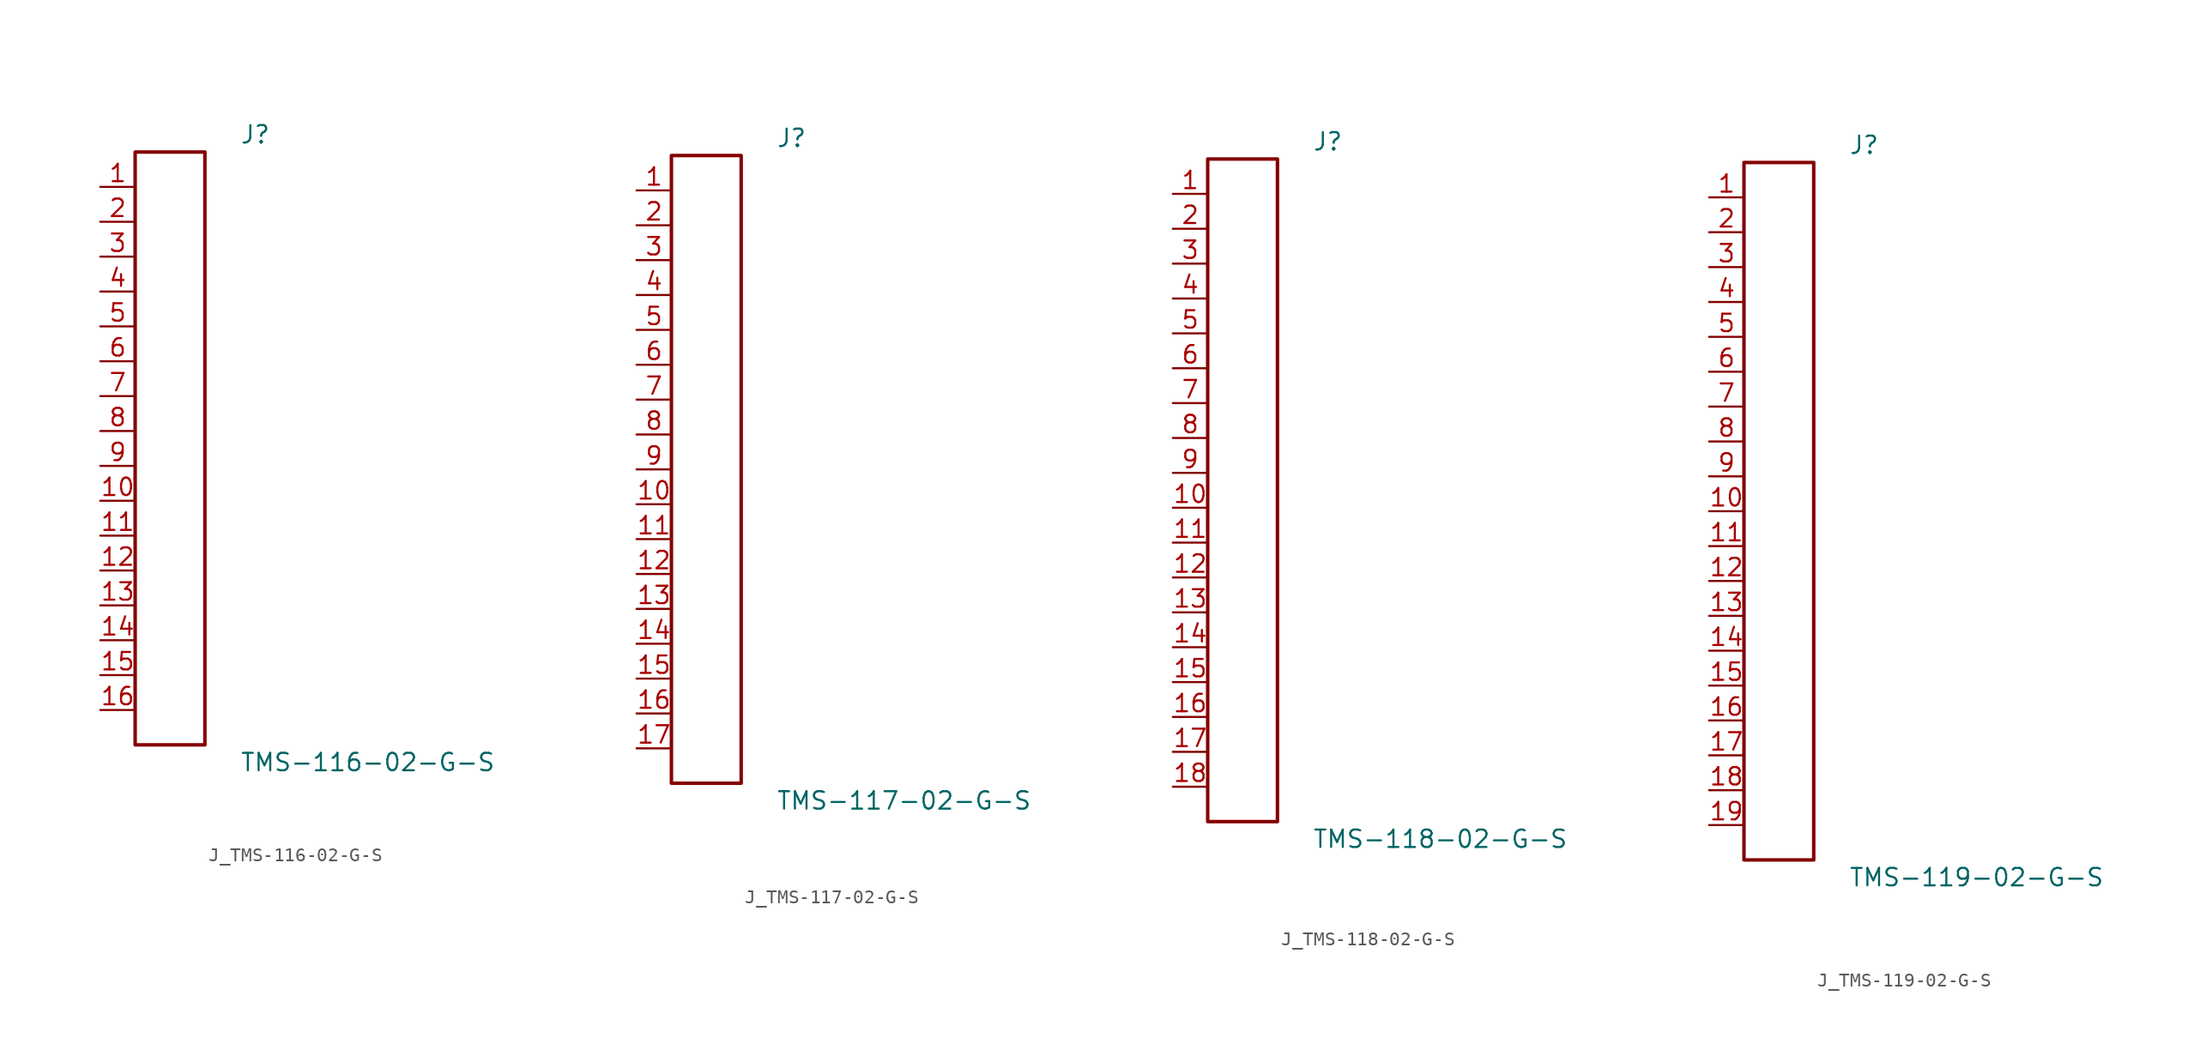
<source format=kicad_sym>
(kicad_symbol_lib
  (version 20231120)
  (generator kicad_symbol_editor)
  (generator_version 8.0)
  (symbol "J_TMS-116-02-G-S"
    (pin_names
      (offset 0.254))
    (property "Reference" "J"
      (at 5.08 22.86 0)
      (effects (font (size 1.27 1.27)) (justify left)))
    (property "Value" "TMS-116-02-G-S"
      (at 5.08 -22.86 0)
      (effects (font (size 1.27 1.27)) (justify left)))
    (symbol "J_TMS-116-02-G-S_0_0"
      (pin passive line (at -5.08 19.05 0) (length 2.54) (name "" (effects (font (size 1.27 1.27)))) (number "1" (effects (font (size 1.27 1.27)))))
      (pin passive line (at -5.08 16.51 0) (length 2.54) (name "" (effects (font (size 1.27 1.27)))) (number "2" (effects (font (size 1.27 1.27)))))
      (pin passive line (at -5.08 13.97 0) (length 2.54) (name "" (effects (font (size 1.27 1.27)))) (number "3" (effects (font (size 1.27 1.27)))))
      (pin passive line (at -5.08 11.43 0) (length 2.54) (name "" (effects (font (size 1.27 1.27)))) (number "4" (effects (font (size 1.27 1.27)))))
      (pin passive line (at -5.08 8.89 0) (length 2.54) (name "" (effects (font (size 1.27 1.27)))) (number "5" (effects (font (size 1.27 1.27)))))
      (pin passive line (at -5.08 6.35 0) (length 2.54) (name "" (effects (font (size 1.27 1.27)))) (number "6" (effects (font (size 1.27 1.27)))))
      (pin passive line (at -5.08 3.81 0) (length 2.54) (name "" (effects (font (size 1.27 1.27)))) (number "7" (effects (font (size 1.27 1.27)))))
      (pin passive line (at -5.08 1.27 0) (length 2.54) (name "" (effects (font (size 1.27 1.27)))) (number "8" (effects (font (size 1.27 1.27)))))
      (pin passive line (at -5.08 -1.27 0) (length 2.54) (name "" (effects (font (size 1.27 1.27)))) (number "9" (effects (font (size 1.27 1.27)))))
      (pin passive line (at -5.08 -3.81 0) (length 2.54) (name "" (effects (font (size 1.27 1.27)))) (number "10" (effects (font (size 1.27 1.27)))))
      (pin passive line (at -5.08 -6.35 0) (length 2.54) (name "" (effects (font (size 1.27 1.27)))) (number "11" (effects (font (size 1.27 1.27)))))
      (pin passive line (at -5.08 -8.89 0) (length 2.54) (name "" (effects (font (size 1.27 1.27)))) (number "12" (effects (font (size 1.27 1.27)))))
      (pin passive line (at -5.08 -11.43 0) (length 2.54) (name "" (effects (font (size 1.27 1.27)))) (number "13" (effects (font (size 1.27 1.27)))))
      (pin passive line (at -5.08 -13.97 0) (length 2.54) (name "" (effects (font (size 1.27 1.27)))) (number "14" (effects (font (size 1.27 1.27)))))
      (pin passive line (at -5.08 -16.51 0) (length 2.54) (name "" (effects (font (size 1.27 1.27)))) (number "15" (effects (font (size 1.27 1.27)))))
      (pin passive line (at -5.08 -19.05 0) (length 2.54) (name "" (effects (font (size 1.27 1.27)))) (number "16" (effects (font (size 1.27 1.27))))))
    (symbol "J_TMS-116-02-G-S_1_0"
      (rectangle (start -2.54 21.59) (end 2.54 -21.59) (stroke (width 0.254) (type solid)) (fill (type none)))))
  (symbol "J_TMS-117-02-G-S"
    (pin_names
      (offset 0.254))
    (property "Reference" "J"
      (at 5.08 24.13 0)
      (effects (font (size 1.27 1.27)) (justify left)))
    (property "Value" "TMS-117-02-G-S"
      (at 5.08 -24.13 0)
      (effects (font (size 1.27 1.27)) (justify left)))
    (symbol "J_TMS-117-02-G-S_0_0"
      (pin passive line (at -5.08 20.32 0) (length 2.54) (name "" (effects (font (size 1.27 1.27)))) (number "1" (effects (font (size 1.27 1.27)))))
      (pin passive line (at -5.08 17.78 0) (length 2.54) (name "" (effects (font (size 1.27 1.27)))) (number "2" (effects (font (size 1.27 1.27)))))
      (pin passive line (at -5.08 15.24 0) (length 2.54) (name "" (effects (font (size 1.27 1.27)))) (number "3" (effects (font (size 1.27 1.27)))))
      (pin passive line (at -5.08 12.7 0) (length 2.54) (name "" (effects (font (size 1.27 1.27)))) (number "4" (effects (font (size 1.27 1.27)))))
      (pin passive line (at -5.08 10.16 0) (length 2.54) (name "" (effects (font (size 1.27 1.27)))) (number "5" (effects (font (size 1.27 1.27)))))
      (pin passive line (at -5.08 7.62 0) (length 2.54) (name "" (effects (font (size 1.27 1.27)))) (number "6" (effects (font (size 1.27 1.27)))))
      (pin passive line (at -5.08 5.08 0) (length 2.54) (name "" (effects (font (size 1.27 1.27)))) (number "7" (effects (font (size 1.27 1.27)))))
      (pin passive line (at -5.08 2.54 0) (length 2.54) (name "" (effects (font (size 1.27 1.27)))) (number "8" (effects (font (size 1.27 1.27)))))
      (pin passive line (at -5.08 0.0 0) (length 2.54) (name "" (effects (font (size 1.27 1.27)))) (number "9" (effects (font (size 1.27 1.27)))))
      (pin passive line (at -5.08 -2.54 0) (length 2.54) (name "" (effects (font (size 1.27 1.27)))) (number "10" (effects (font (size 1.27 1.27)))))
      (pin passive line (at -5.08 -5.08 0) (length 2.54) (name "" (effects (font (size 1.27 1.27)))) (number "11" (effects (font (size 1.27 1.27)))))
      (pin passive line (at -5.08 -7.62 0) (length 2.54) (name "" (effects (font (size 1.27 1.27)))) (number "12" (effects (font (size 1.27 1.27)))))
      (pin passive line (at -5.08 -10.16 0) (length 2.54) (name "" (effects (font (size 1.27 1.27)))) (number "13" (effects (font (size 1.27 1.27)))))
      (pin passive line (at -5.08 -12.7 0) (length 2.54) (name "" (effects (font (size 1.27 1.27)))) (number "14" (effects (font (size 1.27 1.27)))))
      (pin passive line (at -5.08 -15.24 0) (length 2.54) (name "" (effects (font (size 1.27 1.27)))) (number "15" (effects (font (size 1.27 1.27)))))
      (pin passive line (at -5.08 -17.78 0) (length 2.54) (name "" (effects (font (size 1.27 1.27)))) (number "16" (effects (font (size 1.27 1.27)))))
      (pin passive line (at -5.08 -20.32 0) (length 2.54) (name "" (effects (font (size 1.27 1.27)))) (number "17" (effects (font (size 1.27 1.27))))))
    (symbol "J_TMS-117-02-G-S_1_0"
      (rectangle (start -2.54 22.86) (end 2.54 -22.86) (stroke (width 0.254) (type solid)) (fill (type none)))))
  (symbol "J_TMS-118-02-G-S"
    (pin_names
      (offset 0.254))
    (property "Reference" "J"
      (at 5.08 25.4 0)
      (effects (font (size 1.27 1.27)) (justify left)))
    (property "Value" "TMS-118-02-G-S"
      (at 5.08 -25.4 0)
      (effects (font (size 1.27 1.27)) (justify left)))
    (symbol "J_TMS-118-02-G-S_0_0"
      (pin passive line (at -5.08 21.59 0) (length 2.54) (name "" (effects (font (size 1.27 1.27)))) (number "1" (effects (font (size 1.27 1.27)))))
      (pin passive line (at -5.08 19.05 0) (length 2.54) (name "" (effects (font (size 1.27 1.27)))) (number "2" (effects (font (size 1.27 1.27)))))
      (pin passive line (at -5.08 16.51 0) (length 2.54) (name "" (effects (font (size 1.27 1.27)))) (number "3" (effects (font (size 1.27 1.27)))))
      (pin passive line (at -5.08 13.97 0) (length 2.54) (name "" (effects (font (size 1.27 1.27)))) (number "4" (effects (font (size 1.27 1.27)))))
      (pin passive line (at -5.08 11.43 0) (length 2.54) (name "" (effects (font (size 1.27 1.27)))) (number "5" (effects (font (size 1.27 1.27)))))
      (pin passive line (at -5.08 8.89 0) (length 2.54) (name "" (effects (font (size 1.27 1.27)))) (number "6" (effects (font (size 1.27 1.27)))))
      (pin passive line (at -5.08 6.35 0) (length 2.54) (name "" (effects (font (size 1.27 1.27)))) (number "7" (effects (font (size 1.27 1.27)))))
      (pin passive line (at -5.08 3.81 0) (length 2.54) (name "" (effects (font (size 1.27 1.27)))) (number "8" (effects (font (size 1.27 1.27)))))
      (pin passive line (at -5.08 1.27 0) (length 2.54) (name "" (effects (font (size 1.27 1.27)))) (number "9" (effects (font (size 1.27 1.27)))))
      (pin passive line (at -5.08 -1.27 0) (length 2.54) (name "" (effects (font (size 1.27 1.27)))) (number "10" (effects (font (size 1.27 1.27)))))
      (pin passive line (at -5.08 -3.81 0) (length 2.54) (name "" (effects (font (size 1.27 1.27)))) (number "11" (effects (font (size 1.27 1.27)))))
      (pin passive line (at -5.08 -6.35 0) (length 2.54) (name "" (effects (font (size 1.27 1.27)))) (number "12" (effects (font (size 1.27 1.27)))))
      (pin passive line (at -5.08 -8.89 0) (length 2.54) (name "" (effects (font (size 1.27 1.27)))) (number "13" (effects (font (size 1.27 1.27)))))
      (pin passive line (at -5.08 -11.43 0) (length 2.54) (name "" (effects (font (size 1.27 1.27)))) (number "14" (effects (font (size 1.27 1.27)))))
      (pin passive line (at -5.08 -13.97 0) (length 2.54) (name "" (effects (font (size 1.27 1.27)))) (number "15" (effects (font (size 1.27 1.27)))))
      (pin passive line (at -5.08 -16.51 0) (length 2.54) (name "" (effects (font (size 1.27 1.27)))) (number "16" (effects (font (size 1.27 1.27)))))
      (pin passive line (at -5.08 -19.05 0) (length 2.54) (name "" (effects (font (size 1.27 1.27)))) (number "17" (effects (font (size 1.27 1.27)))))
      (pin passive line (at -5.08 -21.59 0) (length 2.54) (name "" (effects (font (size 1.27 1.27)))) (number "18" (effects (font (size 1.27 1.27))))))
    (symbol "J_TMS-118-02-G-S_1_0"
      (rectangle (start -2.54 24.13) (end 2.54 -24.13) (stroke (width 0.254) (type solid)) (fill (type none)))))
  (symbol "J_TMS-119-02-G-S"
    (pin_names
      (offset 0.254))
    (property "Reference" "J"
      (at 5.08 26.67 0)
      (effects (font (size 1.27 1.27)) (justify left)))
    (property "Value" "TMS-119-02-G-S"
      (at 5.08 -26.67 0)
      (effects (font (size 1.27 1.27)) (justify left)))
    (symbol "J_TMS-119-02-G-S_0_0"
      (pin passive line (at -5.08 22.86 0) (length 2.54) (name "" (effects (font (size 1.27 1.27)))) (number "1" (effects (font (size 1.27 1.27)))))
      (pin passive line (at -5.08 20.32 0) (length 2.54) (name "" (effects (font (size 1.27 1.27)))) (number "2" (effects (font (size 1.27 1.27)))))
      (pin passive line (at -5.08 17.78 0) (length 2.54) (name "" (effects (font (size 1.27 1.27)))) (number "3" (effects (font (size 1.27 1.27)))))
      (pin passive line (at -5.08 15.24 0) (length 2.54) (name "" (effects (font (size 1.27 1.27)))) (number "4" (effects (font (size 1.27 1.27)))))
      (pin passive line (at -5.08 12.7 0) (length 2.54) (name "" (effects (font (size 1.27 1.27)))) (number "5" (effects (font (size 1.27 1.27)))))
      (pin passive line (at -5.08 10.16 0) (length 2.54) (name "" (effects (font (size 1.27 1.27)))) (number "6" (effects (font (size 1.27 1.27)))))
      (pin passive line (at -5.08 7.62 0) (length 2.54) (name "" (effects (font (size 1.27 1.27)))) (number "7" (effects (font (size 1.27 1.27)))))
      (pin passive line (at -5.08 5.08 0) (length 2.54) (name "" (effects (font (size 1.27 1.27)))) (number "8" (effects (font (size 1.27 1.27)))))
      (pin passive line (at -5.08 2.54 0) (length 2.54) (name "" (effects (font (size 1.27 1.27)))) (number "9" (effects (font (size 1.27 1.27)))))
      (pin passive line (at -5.08 0.0 0) (length 2.54) (name "" (effects (font (size 1.27 1.27)))) (number "10" (effects (font (size 1.27 1.27)))))
      (pin passive line (at -5.08 -2.54 0) (length 2.54) (name "" (effects (font (size 1.27 1.27)))) (number "11" (effects (font (size 1.27 1.27)))))
      (pin passive line (at -5.08 -5.08 0) (length 2.54) (name "" (effects (font (size 1.27 1.27)))) (number "12" (effects (font (size 1.27 1.27)))))
      (pin passive line (at -5.08 -7.62 0) (length 2.54) (name "" (effects (font (size 1.27 1.27)))) (number "13" (effects (font (size 1.27 1.27)))))
      (pin passive line (at -5.08 -10.16 0) (length 2.54) (name "" (effects (font (size 1.27 1.27)))) (number "14" (effects (font (size 1.27 1.27)))))
      (pin passive line (at -5.08 -12.7 0) (length 2.54) (name "" (effects (font (size 1.27 1.27)))) (number "15" (effects (font (size 1.27 1.27)))))
      (pin passive line (at -5.08 -15.24 0) (length 2.54) (name "" (effects (font (size 1.27 1.27)))) (number "16" (effects (font (size 1.27 1.27)))))
      (pin passive line (at -5.08 -17.78 0) (length 2.54) (name "" (effects (font (size 1.27 1.27)))) (number "17" (effects (font (size 1.27 1.27)))))
      (pin passive line (at -5.08 -20.32 0) (length 2.54) (name "" (effects (font (size 1.27 1.27)))) (number "18" (effects (font (size 1.27 1.27)))))
      (pin passive line (at -5.08 -22.86 0) (length 2.54) (name "" (effects (font (size 1.27 1.27)))) (number "19" (effects (font (size 1.27 1.27))))))
    (symbol "J_TMS-119-02-G-S_1_0"
      (rectangle (start -2.54 25.4) (end 2.54 -25.4) (stroke (width 0.254) (type solid)) (fill (type none))))))
</source>
